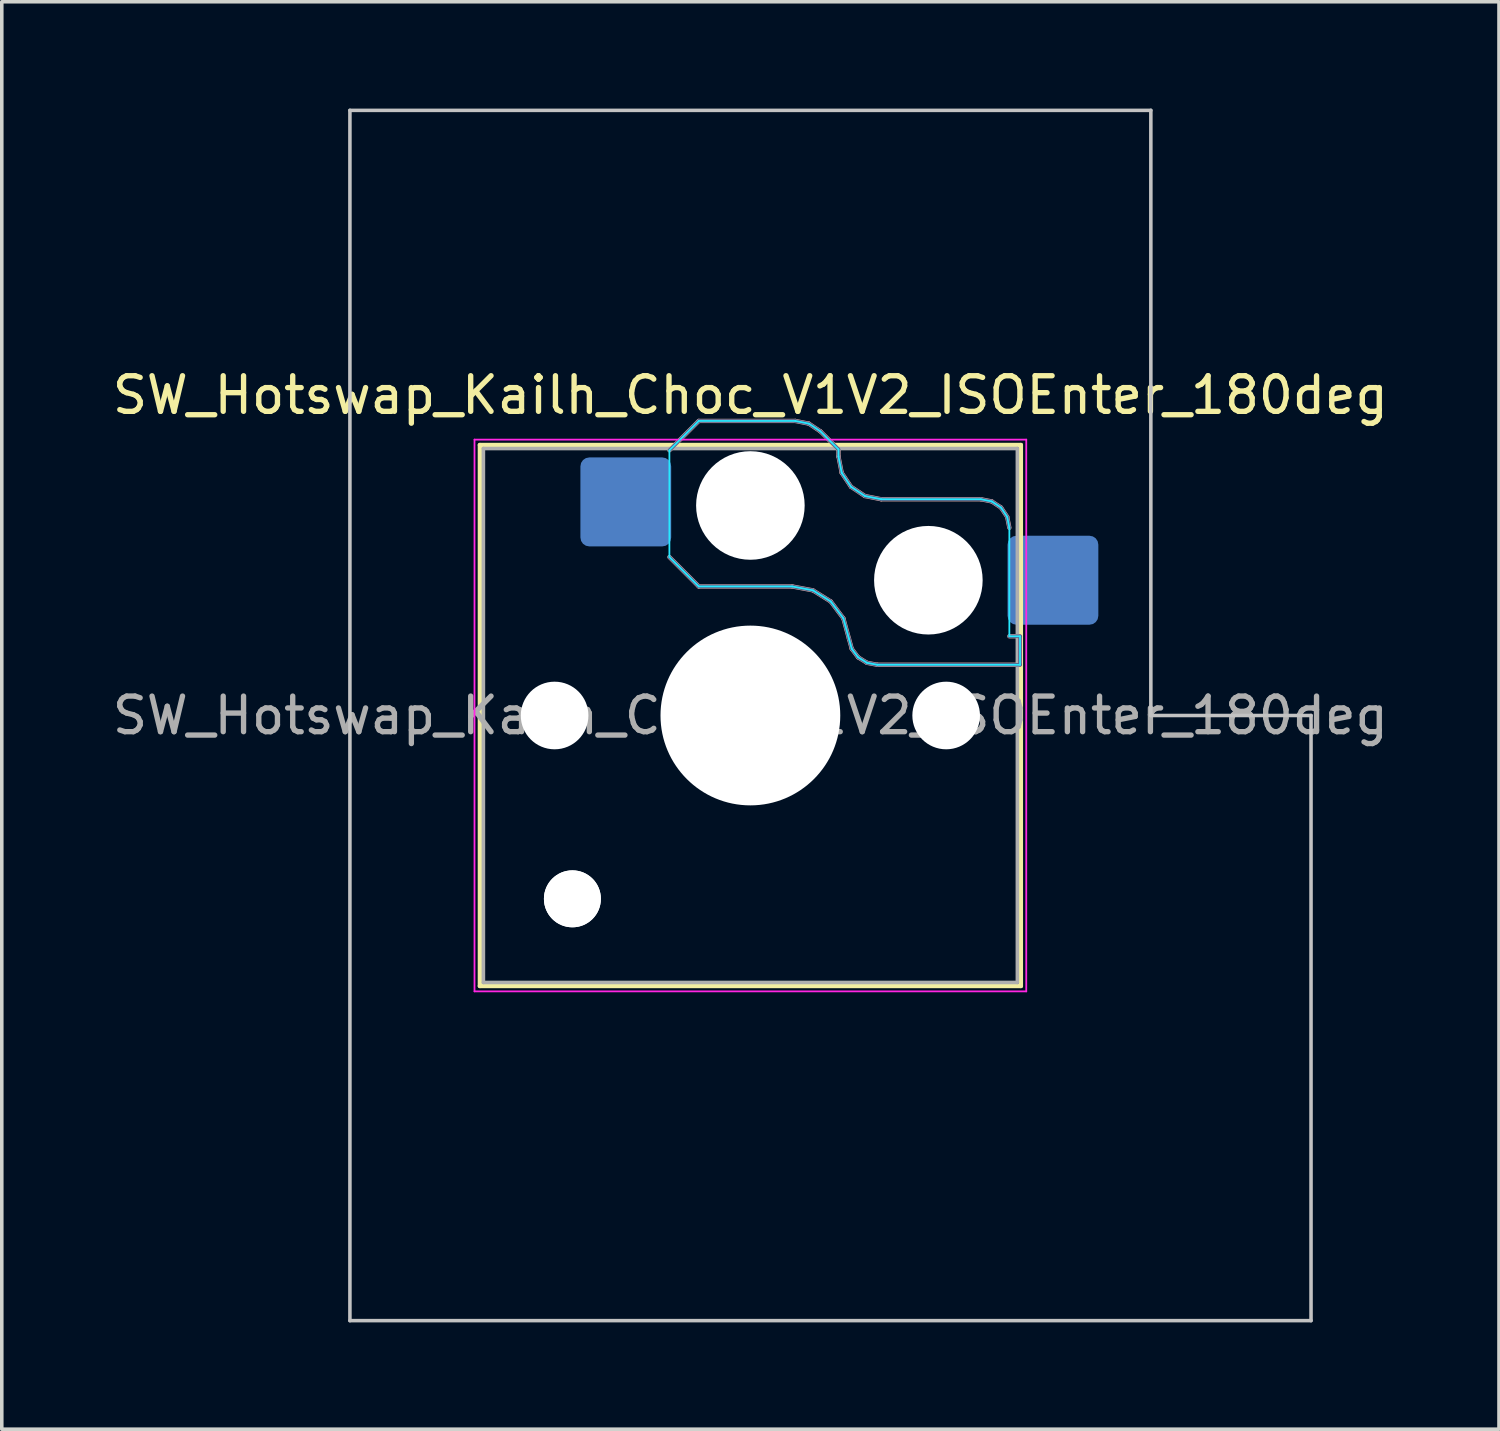
<source format=kicad_pcb>
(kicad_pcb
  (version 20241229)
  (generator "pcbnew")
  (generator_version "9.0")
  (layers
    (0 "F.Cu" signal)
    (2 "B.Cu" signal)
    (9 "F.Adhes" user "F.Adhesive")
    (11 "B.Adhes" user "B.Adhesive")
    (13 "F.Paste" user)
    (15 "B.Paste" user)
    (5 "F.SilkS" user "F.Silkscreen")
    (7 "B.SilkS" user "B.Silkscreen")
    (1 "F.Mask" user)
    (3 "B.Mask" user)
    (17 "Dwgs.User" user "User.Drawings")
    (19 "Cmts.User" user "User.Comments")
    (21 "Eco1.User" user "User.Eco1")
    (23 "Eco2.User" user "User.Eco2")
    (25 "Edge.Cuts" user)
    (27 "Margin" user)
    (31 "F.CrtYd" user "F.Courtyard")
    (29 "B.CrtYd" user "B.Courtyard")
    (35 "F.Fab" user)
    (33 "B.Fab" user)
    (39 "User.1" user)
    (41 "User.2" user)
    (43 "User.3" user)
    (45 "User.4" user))
  (footprint "SW_Hotswap_Kailh_Choc_V1V2_ISOEnter_180deg"
    (layer "F.Cu")
    (at 18.03 17.05)
    (property "Reference" "SW_Hotswap_Kailh_Choc_V1V2_ISOEnter_180deg" (at 0 -9 0) (layer "F.SilkS") (effects (font (size 1 1) (thickness 0.15))))
    (attr smd)
    (fp_line (start -7.6 -7.6) (end -7.6 7.6) (stroke (width 0.12) (type solid)) (layer "F.SilkS"))
    (fp_line (start -7.6 7.6) (end 7.6 7.6) (stroke (width 0.12) (type solid)) (layer "F.SilkS"))
    (fp_line (start 7.6 -7.6) (end -7.6 -7.6) (stroke (width 0.12) (type solid)) (layer "F.SilkS"))
    (fp_line (start 7.6 7.6) (end 7.6 -7.6) (stroke (width 0.12) (type solid)) (layer "F.SilkS"))
    (fp_line (start -2.275 -7.45) (end -1.45 -8.275) (stroke (width 0.12) (type solid)) (layer "B.SilkS"))
    (fp_line (start -1.45 -8.275) (end 1.261 -8.275) (stroke (width 0.12) (type solid)) (layer "B.SilkS"))
    (fp_line (start -1.45 -3.625) (end -2.275 -4.45) (stroke (width 0.12) (type solid)) (layer "B.SilkS"))
    (fp_line (start 1.175 -3.625) (end -1.45 -3.625) (stroke (width 0.12) (type solid)) (layer "B.SilkS"))
    (fp_line (start 1.261 -8.275) (end 1.643 -8.199) (stroke (width 0.12) (type solid)) (layer "B.SilkS"))
    (fp_line (start 1.643 -8.199) (end 1.968 -7.982) (stroke (width 0.12) (type solid)) (layer "B.SilkS"))
    (fp_line (start 1.756 -3.516) (end 1.175 -3.625) (stroke (width 0.12) (type solid)) (layer "B.SilkS"))
    (fp_line (start 1.968 -7.982) (end 2.475 -7.475) (stroke (width 0.12) (type solid)) (layer "B.SilkS"))
    (fp_line (start 2.258 -3.203) (end 1.756 -3.516) (stroke (width 0.12) (type solid)) (layer "B.SilkS"))
    (fp_line (start 2.475 -7.475) (end 2.475 -7.275) (stroke (width 0.12) (type solid)) (layer "B.SilkS"))
    (fp_line (start 2.475 -7.275) (end 2.566 -6.816) (stroke (width 0.12) (type solid)) (layer "B.SilkS"))
    (fp_line (start 2.566 -6.816) (end 2.826 -6.426) (stroke (width 0.12) (type solid)) (layer "B.SilkS"))
    (fp_line (start 2.612 -2.729) (end 2.258 -3.203) (stroke (width 0.12) (type solid)) (layer "B.SilkS"))
    (fp_line (start 2.769 -2.158) (end 2.612 -2.729) (stroke (width 0.12) (type solid)) (layer "B.SilkS"))
    (fp_line (start 2.826 -6.426) (end 3.216 -6.166) (stroke (width 0.12) (type solid)) (layer "B.SilkS"))
    (fp_line (start 2.848 -1.873) (end 2.769 -2.158) (stroke (width 0.12) (type solid)) (layer "B.SilkS"))
    (fp_line (start 3.025 -1.636) (end 2.848 -1.873) (stroke (width 0.12) (type solid)) (layer "B.SilkS"))
    (fp_line (start 3.216 -6.166) (end 3.675 -6.075) (stroke (width 0.12) (type solid)) (layer "B.SilkS"))
    (fp_line (start 3.276 -1.48) (end 3.025 -1.636) (stroke (width 0.12) (type solid)) (layer "B.SilkS"))
    (fp_line (start 3.567 -1.425) (end 3.276 -1.48) (stroke (width 0.12) (type solid)) (layer "B.SilkS"))
    (fp_line (start 3.675 -6.075) (end 6.475 -6.075) (stroke (width 0.12) (type solid)) (layer "B.SilkS"))
    (fp_line (start 6.475 -6.075) (end 6.781 -6.014) (stroke (width 0.12) (type solid)) (layer "B.SilkS"))
    (fp_line (start 6.781 -6.014) (end 7.041 -5.841) (stroke (width 0.12) (type solid)) (layer "B.SilkS"))
    (fp_line (start 7.041 -5.841) (end 7.214 -5.581) (stroke (width 0.12) (type solid)) (layer "B.SilkS"))
    (fp_line (start 7.214 -5.581) (end 7.275 -5.275) (stroke (width 0.12) (type solid)) (layer "B.SilkS"))
    (fp_line (start 7.275 -2.225) (end 7.575 -2.225) (stroke (width 0.12) (type solid)) (layer "B.SilkS"))
    (fp_line (start 7.575 -2.225) (end 7.575 -1.425) (stroke (width 0.12) (type solid)) (layer "B.SilkS"))
    (fp_line (start 7.575 -1.425) (end 3.567 -1.425) (stroke (width 0.12) (type solid)) (layer "B.SilkS"))
    (fp_line (start -11.25 -17) (end -11.25 17) (stroke (width 0.1) (type solid)) (layer "Dwgs.User"))
    (fp_line (start -11.25 17) (end 15.75 17) (stroke (width 0.1) (type solid)) (layer "Dwgs.User"))
    (fp_line (start 11.25 -17) (end -11.25 -17) (stroke (width 0.1) (type solid)) (layer "Dwgs.User"))
    (fp_line (start 11.25 0) (end 11.25 -17) (stroke (width 0.1) (type solid)) (layer "Dwgs.User"))
    (fp_line (start 15.75 0) (end 11.25 0) (stroke (width 0.1) (type solid)) (layer "Dwgs.User"))
    (fp_line (start 15.75 17) (end 15.75 0) (stroke (width 0.1) (type solid)) (layer "Dwgs.User"))
    (fp_line (start -7.25 -7.25) (end -7.25 7.25) (stroke (width 0.1) (type solid)) (layer "Eco1.User"))
    (fp_line (start -7.25 7.25) (end 7.25 7.25) (stroke (width 0.1) (type solid)) (layer "Eco1.User"))
    (fp_line (start 7.25 -7.25) (end -7.25 -7.25) (stroke (width 0.1) (type solid)) (layer "Eco1.User"))
    (fp_line (start 7.25 7.25) (end 7.25 -7.25) (stroke (width 0.1) (type solid)) (layer "Eco1.User"))
    (fp_line (start -2.275 -7.45) (end -1.45 -8.275) (stroke (width 0.05) (type solid)) (layer "B.CrtYd"))
    (fp_line (start -2.275 -4.45) (end -2.275 -7.45) (stroke (width 0.05) (type solid)) (layer "B.CrtYd"))
    (fp_line (start -1.45 -8.275) (end 1.261 -8.275) (stroke (width 0.05) (type solid)) (layer "B.CrtYd"))
    (fp_line (start -1.45 -3.625) (end -2.275 -4.45) (stroke (width 0.05) (type solid)) (layer "B.CrtYd"))
    (fp_line (start 1.175 -3.625) (end -1.45 -3.625) (stroke (width 0.05) (type solid)) (layer "B.CrtYd"))
    (fp_line (start 1.261 -8.275) (end 1.643 -8.199) (stroke (width 0.05) (type solid)) (layer "B.CrtYd"))
    (fp_line (start 1.643 -8.199) (end 1.968 -7.982) (stroke (width 0.05) (type solid)) (layer "B.CrtYd"))
    (fp_line (start 1.756 -3.516) (end 1.175 -3.625) (stroke (width 0.05) (type solid)) (layer "B.CrtYd"))
    (fp_line (start 1.968 -7.982) (end 2.475 -7.475) (stroke (width 0.05) (type solid)) (layer "B.CrtYd"))
    (fp_line (start 2.258 -3.203) (end 1.756 -3.516) (stroke (width 0.05) (type solid)) (layer "B.CrtYd"))
    (fp_line (start 2.475 -7.475) (end 2.475 -7.275) (stroke (width 0.05) (type solid)) (layer "B.CrtYd"))
    (fp_line (start 2.475 -7.275) (end 2.566 -6.816) (stroke (width 0.05) (type solid)) (layer "B.CrtYd"))
    (fp_line (start 2.566 -6.816) (end 2.826 -6.426) (stroke (width 0.05) (type solid)) (layer "B.CrtYd"))
    (fp_line (start 2.612 -2.729) (end 2.258 -3.203) (stroke (width 0.05) (type solid)) (layer "B.CrtYd"))
    (fp_line (start 2.769 -2.158) (end 2.612 -2.729) (stroke (width 0.05) (type solid)) (layer "B.CrtYd"))
    (fp_line (start 2.826 -6.426) (end 3.216 -6.166) (stroke (width 0.05) (type solid)) (layer "B.CrtYd"))
    (fp_line (start 2.848 -1.873) (end 2.769 -2.158) (stroke (width 0.05) (type solid)) (layer "B.CrtYd"))
    (fp_line (start 3.025 -1.636) (end 2.848 -1.873) (stroke (width 0.05) (type solid)) (layer "B.CrtYd"))
    (fp_line (start 3.216 -6.166) (end 3.675 -6.075) (stroke (width 0.05) (type solid)) (layer "B.CrtYd"))
    (fp_line (start 3.276 -1.48) (end 3.025 -1.636) (stroke (width 0.05) (type solid)) (layer "B.CrtYd"))
    (fp_line (start 3.567 -1.425) (end 3.276 -1.48) (stroke (width 0.05) (type solid)) (layer "B.CrtYd"))
    (fp_line (start 3.675 -6.075) (end 6.475 -6.075) (stroke (width 0.05) (type solid)) (layer "B.CrtYd"))
    (fp_line (start 6.475 -6.075) (end 6.781 -6.014) (stroke (width 0.05) (type solid)) (layer "B.CrtYd"))
    (fp_line (start 6.781 -6.014) (end 7.041 -5.841) (stroke (width 0.05) (type solid)) (layer "B.CrtYd"))
    (fp_line (start 7.041 -5.841) (end 7.214 -5.581) (stroke (width 0.05) (type solid)) (layer "B.CrtYd"))
    (fp_line (start 7.214 -5.581) (end 7.275 -5.275) (stroke (width 0.05) (type solid)) (layer "B.CrtYd"))
    (fp_line (start 7.275 -5.275) (end 7.275 -2.225) (stroke (width 0.05) (type solid)) (layer "B.CrtYd"))
    (fp_line (start 7.275 -2.225) (end 7.575 -2.225) (stroke (width 0.05) (type solid)) (layer "B.CrtYd"))
    (fp_line (start 7.575 -2.225) (end 7.575 -1.425) (stroke (width 0.05) (type solid)) (layer "B.CrtYd"))
    (fp_line (start 7.575 -1.425) (end 3.567 -1.425) (stroke (width 0.05) (type solid)) (layer "B.CrtYd"))
    (fp_line (start -7.75 -7.75) (end -7.75 7.75) (stroke (width 0.05) (type solid)) (layer "F.CrtYd"))
    (fp_line (start -7.75 7.75) (end 7.75 7.75) (stroke (width 0.05) (type solid)) (layer "F.CrtYd"))
    (fp_line (start 7.75 -7.75) (end -7.75 -7.75) (stroke (width 0.05) (type solid)) (layer "F.CrtYd"))
    (fp_line (start 7.75 7.75) (end 7.75 -7.75) (stroke (width 0.05) (type solid)) (layer "F.CrtYd"))
    (fp_line (start -2.275 -7.45) (end -1.45 -8.275) (stroke (width 0.1) (type solid)) (layer "B.Fab"))
    (fp_line (start -1.45 -8.275) (end 1.261 -8.275) (stroke (width 0.1) (type solid)) (layer "B.Fab"))
    (fp_line (start -1.45 -3.625) (end -2.275 -4.45) (stroke (width 0.1) (type solid)) (layer "B.Fab"))
    (fp_line (start 1.175 -3.625) (end -1.45 -3.625) (stroke (width 0.1) (type solid)) (layer "B.Fab"))
    (fp_line (start 1.261 -8.275) (end 1.643 -8.199) (stroke (width 0.1) (type solid)) (layer "B.Fab"))
    (fp_line (start 1.643 -8.199) (end 1.968 -7.982) (stroke (width 0.1) (type solid)) (layer "B.Fab"))
    (fp_line (start 1.756 -3.516) (end 1.175 -3.625) (stroke (width 0.1) (type solid)) (layer "B.Fab"))
    (fp_line (start 1.968 -7.982) (end 2.475 -7.475) (stroke (width 0.1) (type solid)) (layer "B.Fab"))
    (fp_line (start 2.258 -3.203) (end 1.756 -3.516) (stroke (width 0.1) (type solid)) (layer "B.Fab"))
    (fp_line (start 2.475 -7.475) (end 2.475 -7.275) (stroke (width 0.1) (type solid)) (layer "B.Fab"))
    (fp_line (start 2.475 -7.275) (end 2.566 -6.816) (stroke (width 0.1) (type solid)) (layer "B.Fab"))
    (fp_line (start 2.566 -6.816) (end 2.826 -6.426) (stroke (width 0.1) (type solid)) (layer "B.Fab"))
    (fp_line (start 2.612 -2.729) (end 2.258 -3.203) (stroke (width 0.1) (type solid)) (layer "B.Fab"))
    (fp_line (start 2.769 -2.158) (end 2.612 -2.729) (stroke (width 0.1) (type solid)) (layer "B.Fab"))
    (fp_line (start 2.826 -6.426) (end 3.216 -6.166) (stroke (width 0.1) (type solid)) (layer "B.Fab"))
    (fp_line (start 2.848 -1.873) (end 2.769 -2.158) (stroke (width 0.1) (type solid)) (layer "B.Fab"))
    (fp_line (start 3.025 -1.636) (end 2.848 -1.873) (stroke (width 0.1) (type solid)) (layer "B.Fab"))
    (fp_line (start 3.216 -6.166) (end 3.675 -6.075) (stroke (width 0.1) (type solid)) (layer "B.Fab"))
    (fp_line (start 3.276 -1.48) (end 3.025 -1.636) (stroke (width 0.1) (type solid)) (layer "B.Fab"))
    (fp_line (start 3.567 -1.425) (end 3.276 -1.48) (stroke (width 0.1) (type solid)) (layer "B.Fab"))
    (fp_line (start 3.675 -6.075) (end 6.475 -6.075) (stroke (width 0.1) (type solid)) (layer "B.Fab"))
    (fp_line (start 6.475 -6.075) (end 6.781 -6.014) (stroke (width 0.1) (type solid)) (layer "B.Fab"))
    (fp_line (start 6.781 -6.014) (end 7.041 -5.841) (stroke (width 0.1) (type solid)) (layer "B.Fab"))
    (fp_line (start 7.041 -5.841) (end 7.214 -5.581) (stroke (width 0.1) (type solid)) (layer "B.Fab"))
    (fp_line (start 7.214 -5.581) (end 7.275 -5.275) (stroke (width 0.1) (type solid)) (layer "B.Fab"))
    (fp_line (start 7.275 -2.225) (end 7.575 -2.225) (stroke (width 0.1) (type solid)) (layer "B.Fab"))
    (fp_line (start 7.575 -2.225) (end 7.575 -1.425) (stroke (width 0.1) (type solid)) (layer "B.Fab"))
    (fp_line (start 7.575 -1.425) (end 3.567 -1.425) (stroke (width 0.1) (type solid)) (layer "B.Fab"))
    (fp_line (start -7.5 -7.5) (end -7.5 7.5) (stroke (width 0.1) (type solid)) (layer "F.Fab"))
    (fp_line (start -7.5 7.5) (end 7.5 7.5) (stroke (width 0.1) (type solid)) (layer "F.Fab"))
    (fp_line (start 7.5 -7.5) (end -7.5 -7.5) (stroke (width 0.1) (type solid)) (layer "F.Fab"))
    (fp_line (start 7.5 7.5) (end 7.5 -7.5) (stroke (width 0.1) (type solid)) (layer "F.Fab"))
    (fp_text user "${REFERENCE}" (at 0 0 0) (layer "F.Fab") (effects (font (size 1 1) (thickness 0.15))))
    (pad "" np_thru_hole circle (at -5.5 0) (size 1.9 1.9) (drill 1.9) (layers "*.Cu" "*.Mask"))
    (pad "" np_thru_hole circle (at -5 5.15) (size 1.6 1.6) (drill 1.6) (layers "*.Cu" "*.Mask"))
    (pad "" np_thru_hole circle (at -5 5.15) (size 1.6 1.6) (drill 1.6) (layers "*.Cu" "*.Mask"))
    (pad "" np_thru_hole circle (at 0 -5.9) (size 3.05 3.05) (drill 3.05) (layers "*.Cu" "*.Mask"))
    (pad "" np_thru_hole circle (at 0 0) (size 5.05 5.05) (drill 5.05) (layers "*.Cu" "*.Mask"))
    (pad "" np_thru_hole circle (at 5 -3.8) (size 3.05 3.05) (drill 3.05) (layers "*.Cu" "*.Mask"))
    (pad "" np_thru_hole circle (at 5.5 0) (size 1.9 1.9) (drill 1.9) (layers "*.Cu" "*.Mask"))
    (pad "1" smd roundrect (at -3.5 -6) (size 2.55 2.5) (layers "B.Cu" "B.Mask" "B.Paste") (roundrect_rratio 0.1))
    (pad "2" smd roundrect (at 8.5 -3.8) (size 2.55 2.5) (layers "B.Cu" "B.Mask" "B.Paste") (roundrect_rratio 0.1)))
  (gr_rect
    (start -3 -3)
    (end 39.06 37.1)
    (stroke (width 0.1) (type default))
    (fill no)
    (layer "Edge.Cuts")))
</source>
